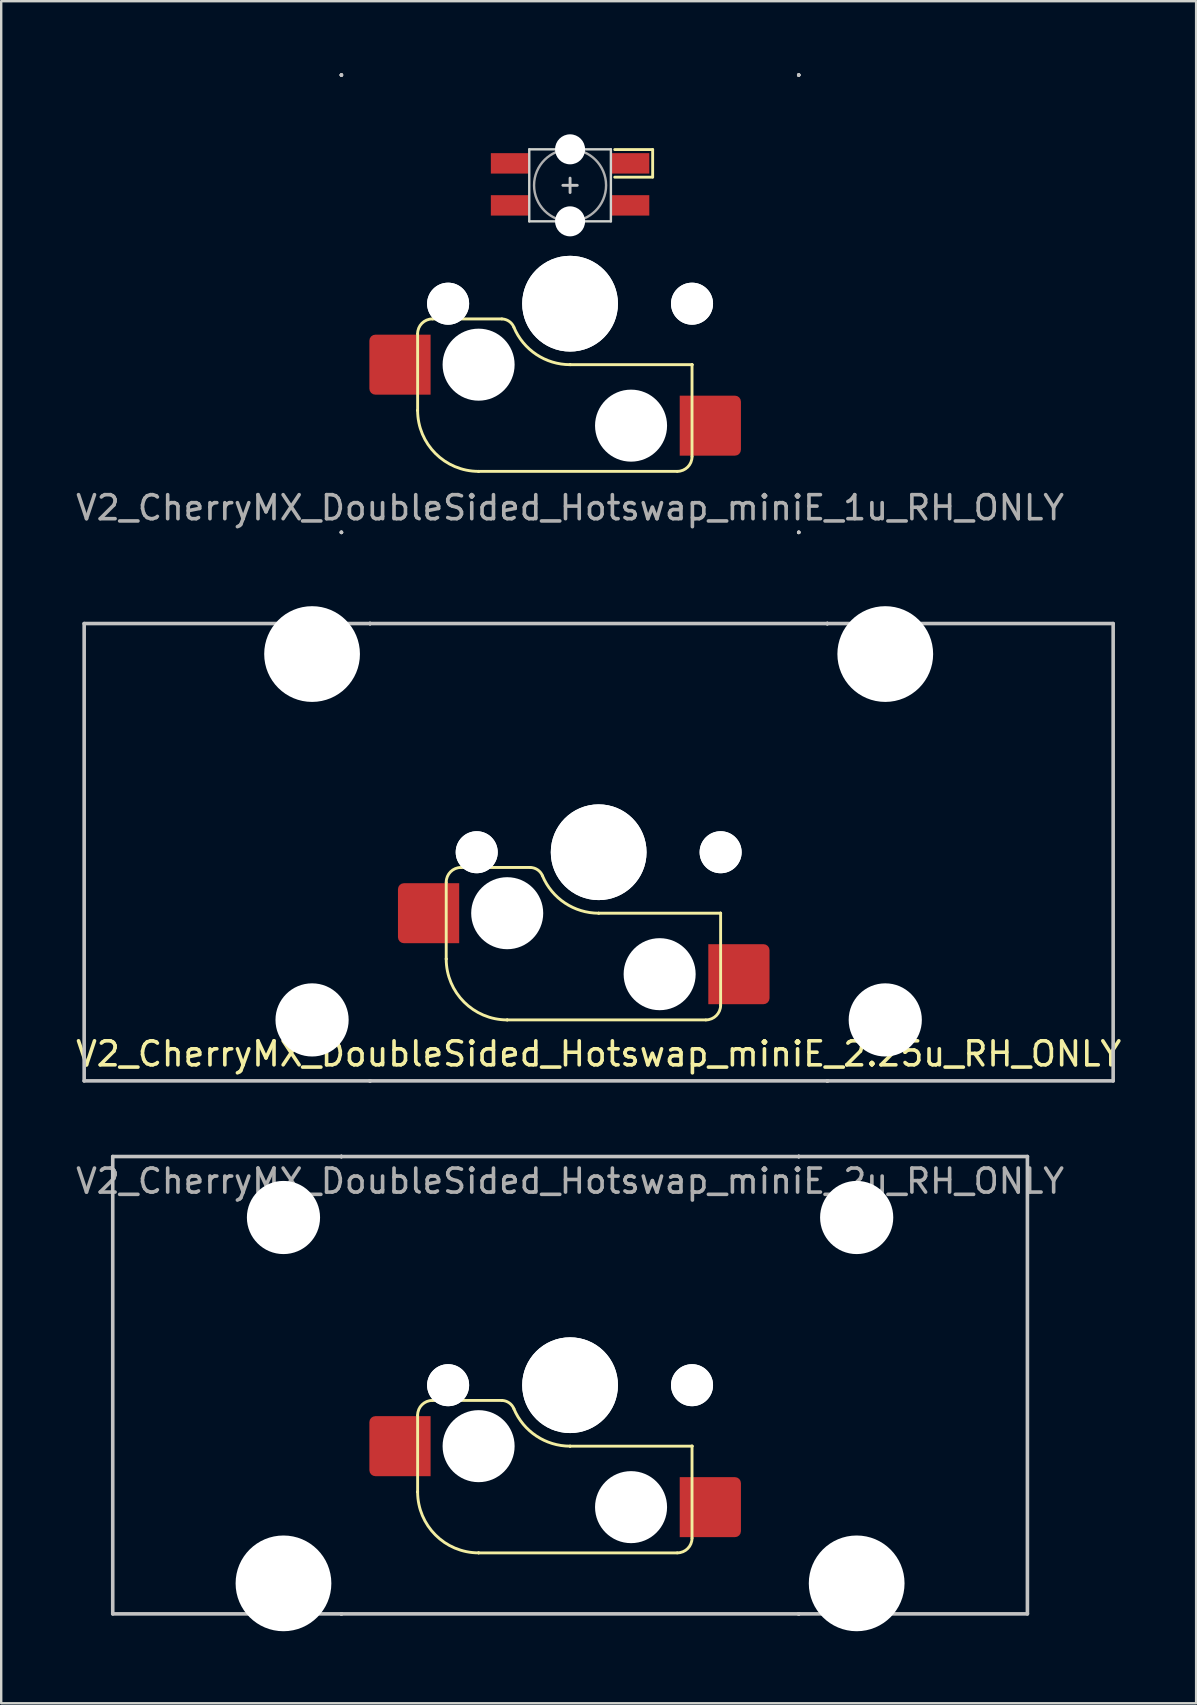
<source format=kicad_pcb>
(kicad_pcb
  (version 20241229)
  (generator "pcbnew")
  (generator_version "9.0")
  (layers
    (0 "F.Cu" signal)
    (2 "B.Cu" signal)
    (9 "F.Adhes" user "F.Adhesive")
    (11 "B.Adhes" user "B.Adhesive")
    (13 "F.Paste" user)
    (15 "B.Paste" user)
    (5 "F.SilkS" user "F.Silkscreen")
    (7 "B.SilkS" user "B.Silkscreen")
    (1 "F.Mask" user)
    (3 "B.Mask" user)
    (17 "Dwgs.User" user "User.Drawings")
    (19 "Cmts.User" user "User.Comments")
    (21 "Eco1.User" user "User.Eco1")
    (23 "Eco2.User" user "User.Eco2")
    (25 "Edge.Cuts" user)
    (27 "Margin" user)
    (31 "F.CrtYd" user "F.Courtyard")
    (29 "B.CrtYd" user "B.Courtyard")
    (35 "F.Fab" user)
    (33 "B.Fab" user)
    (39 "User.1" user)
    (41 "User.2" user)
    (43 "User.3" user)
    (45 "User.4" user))
  (footprint "V2_CherryMX_DoubleSided_Hotswap_miniE_2.25u_RH_ONLY"
    (layer "F.Cu")
    (at 21.887 32.449)
    (property "Reference" "V2_CherryMX_DoubleSided_Hotswap_miniE_2.25u_RH_ONLY" (at 0 8.4 180) (layer "F.SilkS") (effects (font (size 1 1) (thickness 0.15))))
    (attr through_hole)
    (fp_line (start -6.35 4.445) (end -6.35 1.26) (stroke (width 0.12) (type solid)) (layer "F.SilkS"))
    (fp_line (start -6.35 4.445) (end -6.35 4.445) (stroke (width 0.12) (type solid)) (layer "F.SilkS"))
    (fp_line (start -5.73 0.635) (end -2.84 0.635) (stroke (width 0.12) (type solid)) (layer "F.SilkS"))
    (fp_line (start -3.81 6.985) (end -3.81 6.985) (stroke (width 0.12) (type solid)) (layer "F.SilkS"))
    (fp_line (start -3.81 6.985) (end 4.46 6.985) (stroke (width 0.12) (type solid)) (layer "F.SilkS"))
    (fp_line (start 0 2.54) (end 0 2.54) (stroke (width 0.12) (type solid)) (layer "F.SilkS"))
    (fp_line (start 0 2.54) (end 5.08 2.54) (stroke (width 0.12) (type solid)) (layer "F.SilkS"))
    (fp_line (start 5.08 2.54) (end 5.08 2.54) (stroke (width 0.12) (type solid)) (layer "F.SilkS"))
    (fp_line (start 5.08 2.54) (end 5.08 2.54) (stroke (width 0.12) (type solid)) (layer "F.SilkS"))
    (fp_line (start 5.08 6.37) (end 5.08 2.54) (stroke (width 0.12) (type solid)) (layer "F.SilkS"))
    (fp_arc (start -6.35 1.25) (mid -6.169871 0.815129) (end -5.735 0.635) (stroke (width 0.12) (type default)) (layer "F.SilkS"))
    (fp_arc (start -3.81 6.985) (mid -5.606051 6.241051) (end -6.35 4.445) (stroke (width 0.12) (type solid)) (layer "F.SilkS"))
    (fp_arc (start -2.840072 0.635) (mid -2.539136 0.734324) (end -2.34 0.980845) (stroke (width 0.12) (type default)) (layer "F.SilkS"))
    (fp_arc (start 0 2.54) (mid -1.405313 2.115202) (end -2.34 0.983072) (stroke (width 0.12) (type solid)) (layer "F.SilkS"))
    (fp_arc (start 5.080129 6.37) (mid 4.9 6.804871) (end 4.465129 6.985) (stroke (width 0.12) (type default)) (layer "F.SilkS"))
    (fp_line (start -21.431 -9.525) (end 21.431 -9.525) (stroke (width 0.15) (type solid)) (layer "Dwgs.User"))
    (fp_line (start -21.431 9.525) (end -21.431 -9.525) (stroke (width 0.15) (type solid)) (layer "Dwgs.User"))
    (fp_line (start -9.525 -9.525) (end -9.525 -9.525) (stroke (width 0.15) (type solid)) (layer "Dwgs.User"))
    (fp_line (start -9.525 -9.525) (end -9.525 -9.525) (stroke (width 0.15) (type solid)) (layer "Dwgs.User"))
    (fp_line (start -9.525 -9.525) (end -9.525 -9.525) (stroke (width 0.15) (type solid)) (layer "Dwgs.User"))
    (fp_line (start -9.525 -9.525) (end -9.525 -9.525) (stroke (width 0.15) (type solid)) (layer "Dwgs.User"))
    (fp_line (start -9.525 9.525) (end -9.525 9.525) (stroke (width 0.15) (type solid)) (layer "Dwgs.User"))
    (fp_line (start -9.525 9.525) (end -9.525 9.525) (stroke (width 0.15) (type solid)) (layer "Dwgs.User"))
    (fp_line (start -9.525 9.525) (end -9.525 9.525) (stroke (width 0.15) (type solid)) (layer "Dwgs.User"))
    (fp_line (start -9.525 9.525) (end -9.525 9.525) (stroke (width 0.15) (type solid)) (layer "Dwgs.User"))
    (fp_line (start 9.525 -9.525) (end 9.525 -9.525) (stroke (width 0.15) (type solid)) (layer "Dwgs.User"))
    (fp_line (start 9.525 -9.525) (end 9.525 -9.525) (stroke (width 0.15) (type solid)) (layer "Dwgs.User"))
    (fp_line (start 9.525 -9.525) (end 9.525 -9.525) (stroke (width 0.15) (type solid)) (layer "Dwgs.User"))
    (fp_line (start 9.525 -9.525) (end 9.525 -9.525) (stroke (width 0.15) (type solid)) (layer "Dwgs.User"))
    (fp_line (start 9.525 9.525) (end 9.525 9.525) (stroke (width 0.15) (type solid)) (layer "Dwgs.User"))
    (fp_line (start 9.525 9.525) (end 9.525 9.525) (stroke (width 0.15) (type solid)) (layer "Dwgs.User"))
    (fp_line (start 9.525 9.525) (end 9.525 9.525) (stroke (width 0.15) (type solid)) (layer "Dwgs.User"))
    (fp_line (start 9.525 9.525) (end 9.525 9.525) (stroke (width 0.15) (type solid)) (layer "Dwgs.User"))
    (fp_line (start 21.431 -9.525) (end 21.431 9.525) (stroke (width 0.15) (type solid)) (layer "Dwgs.User"))
    (fp_line (start 21.431 9.525) (end -21.431 9.525) (stroke (width 0.15) (type solid)) (layer "Dwgs.User"))
    (fp_line (start -9.525 9.525) (end -9.525 -9.525) (stroke (width 0.15) (type solid)) (layer "User.2"))
    (fp_line (start 9.525 -9.525) (end -9.525 -9.525) (stroke (width 0.15) (type solid)) (layer "User.2"))
    (fp_line (start 9.525 9.525) (end -9.525 9.525) (stroke (width 0.15) (type solid)) (layer "User.2"))
    (fp_line (start 9.525 9.525) (end 9.525 -9.525) (stroke (width 0.15) (type solid)) (layer "User.2"))
    (pad "" np_thru_hole circle (at -11.938 -8.255) (size 3.988 3.988) (drill 3.988) (layers "*.Cu" "*.Mask"))
    (pad "" np_thru_hole circle (at -11.938 6.985) (size 3.048 3.048) (drill 3.048) (layers "*.Cu" "*.Mask"))
    (pad "" np_thru_hole circle (at -5.08 0 180) (size 1.75 1.75) (drill 1.75) (layers "*.Cu" "*.Mask"))
    (pad "" np_thru_hole circle (at -5.08 0 180) (size 1.75 1.75) (drill 1.75) (layers "*.Cu" "*.Mask"))
    (pad "" np_thru_hole circle (at -3.81 2.54 180) (size 3 3) (drill 3) (layers "*.Cu" "*.Mask"))
    (pad "" np_thru_hole circle (at 0 0 180) (size 3.988 3.988) (drill 3.988) (layers "*.Cu" "*.Mask"))
    (pad "" np_thru_hole circle (at 0 0 180) (size 3.988 3.988) (drill 3.988) (layers "*.Cu" "*.Mask"))
    (pad "" np_thru_hole circle (at 2.54 5.08 180) (size 3 3) (drill 3) (layers "*.Cu" "*.Mask"))
    (pad "" np_thru_hole circle (at 5.08 0 180) (size 1.75 1.75) (drill 1.75) (layers "*.Cu" "*.Mask"))
    (pad "" np_thru_hole circle (at 5.08 0 180) (size 1.75 1.75) (drill 1.75) (layers "*.Cu" "*.Mask"))
    (pad "" np_thru_hole circle (at 11.938 -8.255) (size 3.988 3.988) (drill 3.988) (layers "*.Cu" "*.Mask"))
    (pad "" np_thru_hole circle (at 11.938 6.985) (size 3.048 3.048) (drill 3.048) (layers "*.Cu" "*.Mask"))
    (pad "5" smd roundrect (at -7.085 2.54 180) (size 2.55 2.5) (layers "F.Cu" "F.Mask" "F.Paste") (roundrect_rratio 0.1) (chamfer_ratio 0) (chamfer top_left bottom_left))
    (pad "6" smd roundrect (at 5.842 5.08 180) (size 2.55 2.5) (layers "F.Cu" "F.Mask" "F.Paste") (roundrect_rratio 0.1) (chamfer_ratio 0) (chamfer top_right bottom_right)))
  (footprint "V2_CherryMX_DoubleSided_Hotswap_miniE_2u_RH_ONLY"
    (layer "F.Cu")
    (at 20.696 54.649)
    (property "Reference" "V2_CherryMX_DoubleSided_Hotswap_miniE_2u_RH_ONLY" (at 0 -8.5 180) (layer "F.Fab") (effects (font (size 1 1) (thickness 0.15))))
    (attr smd)
    (fp_line (start -6.35 4.445) (end -6.35 1.26) (stroke (width 0.12) (type solid)) (layer "F.SilkS"))
    (fp_line (start -6.35 4.445) (end -6.35 4.445) (stroke (width 0.12) (type solid)) (layer "F.SilkS"))
    (fp_line (start -5.73 0.635) (end -2.84 0.635) (stroke (width 0.12) (type solid)) (layer "F.SilkS"))
    (fp_line (start -3.81 6.985) (end -3.81 6.985) (stroke (width 0.12) (type solid)) (layer "F.SilkS"))
    (fp_line (start -3.81 6.985) (end 4.46 6.985) (stroke (width 0.12) (type solid)) (layer "F.SilkS"))
    (fp_line (start 0 2.54) (end 0 2.54) (stroke (width 0.12) (type solid)) (layer "F.SilkS"))
    (fp_line (start 0 2.54) (end 5.08 2.54) (stroke (width 0.12) (type solid)) (layer "F.SilkS"))
    (fp_line (start 5.08 2.54) (end 5.08 2.54) (stroke (width 0.12) (type solid)) (layer "F.SilkS"))
    (fp_line (start 5.08 2.54) (end 5.08 2.54) (stroke (width 0.12) (type solid)) (layer "F.SilkS"))
    (fp_line (start 5.08 6.37) (end 5.08 2.54) (stroke (width 0.12) (type solid)) (layer "F.SilkS"))
    (fp_arc (start -6.35 1.25) (mid -6.169871 0.815129) (end -5.735 0.635) (stroke (width 0.12) (type default)) (layer "F.SilkS"))
    (fp_arc (start -3.81 6.985) (mid -5.606051 6.241051) (end -6.35 4.445) (stroke (width 0.12) (type solid)) (layer "F.SilkS"))
    (fp_arc (start -2.840072 0.635) (mid -2.539136 0.734324) (end -2.34 0.980845) (stroke (width 0.12) (type default)) (layer "F.SilkS"))
    (fp_arc (start 0 2.54) (mid -1.405313 2.115202) (end -2.34 0.983072) (stroke (width 0.12) (type solid)) (layer "F.SilkS"))
    (fp_arc (start 5.080129 6.37) (mid 4.9 6.80487) (end 4.465129 6.985) (stroke (width 0.12) (type default)) (layer "F.SilkS"))
    (fp_line (start -19.05 -9.525) (end 19.05 -9.525) (stroke (width 0.15) (type solid)) (layer "Dwgs.User"))
    (fp_line (start -19.05 9.525) (end -19.05 -9.525) (stroke (width 0.15) (type solid)) (layer "Dwgs.User"))
    (fp_line (start -9.525 -9.525) (end -9.525 -9.525) (stroke (width 0.15) (type solid)) (layer "Dwgs.User"))
    (fp_line (start -9.525 -9.525) (end -9.525 -9.525) (stroke (width 0.15) (type solid)) (layer "Dwgs.User"))
    (fp_line (start -9.525 -9.525) (end -9.525 -9.525) (stroke (width 0.15) (type solid)) (layer "Dwgs.User"))
    (fp_line (start -9.525 -9.525) (end -9.525 -9.525) (stroke (width 0.15) (type solid)) (layer "Dwgs.User"))
    (fp_line (start -9.525 9.525) (end -9.525 9.525) (stroke (width 0.15) (type solid)) (layer "Dwgs.User"))
    (fp_line (start -9.525 9.525) (end -9.525 9.525) (stroke (width 0.15) (type solid)) (layer "Dwgs.User"))
    (fp_line (start -9.525 9.525) (end -9.525 9.525) (stroke (width 0.15) (type solid)) (layer "Dwgs.User"))
    (fp_line (start -9.525 9.525) (end -9.525 9.525) (stroke (width 0.15) (type solid)) (layer "Dwgs.User"))
    (fp_line (start 9.525 -9.525) (end 9.525 -9.525) (stroke (width 0.15) (type solid)) (layer "Dwgs.User"))
    (fp_line (start 9.525 -9.525) (end 9.525 -9.525) (stroke (width 0.15) (type solid)) (layer "Dwgs.User"))
    (fp_line (start 9.525 -9.525) (end 9.525 -9.525) (stroke (width 0.15) (type solid)) (layer "Dwgs.User"))
    (fp_line (start 9.525 -9.525) (end 9.525 -9.525) (stroke (width 0.15) (type solid)) (layer "Dwgs.User"))
    (fp_line (start 9.525 9.525) (end 9.525 9.525) (stroke (width 0.15) (type solid)) (layer "Dwgs.User"))
    (fp_line (start 9.525 9.525) (end 9.525 9.525) (stroke (width 0.15) (type solid)) (layer "Dwgs.User"))
    (fp_line (start 9.525 9.525) (end 9.525 9.525) (stroke (width 0.15) (type solid)) (layer "Dwgs.User"))
    (fp_line (start 9.525 9.525) (end 9.525 9.525) (stroke (width 0.15) (type solid)) (layer "Dwgs.User"))
    (fp_line (start 19.05 -9.525) (end 19.05 9.525) (stroke (width 0.15) (type solid)) (layer "Dwgs.User"))
    (fp_line (start 19.05 9.525) (end -19.05 9.525) (stroke (width 0.15) (type solid)) (layer "Dwgs.User"))
    (fp_line (start -9.525 9.525) (end -9.525 -9.525) (stroke (width 0.15) (type solid)) (layer "User.2"))
    (fp_line (start 9.525 -9.525) (end -9.525 -9.525) (stroke (width 0.15) (type solid)) (layer "User.2"))
    (fp_line (start 9.525 9.525) (end -9.525 9.525) (stroke (width 0.15) (type solid)) (layer "User.2"))
    (fp_line (start 9.525 9.525) (end 9.525 -9.525) (stroke (width 0.15) (type solid)) (layer "User.2"))
    (pad "" np_thru_hole circle (at -11.938 -6.985 180) (size 3.048 3.048) (drill 3.048) (layers "*.Cu" "*.Mask"))
    (pad "" np_thru_hole circle (at -11.938 8.255 180) (size 3.988 3.988) (drill 3.988) (layers "*.Cu" "*.Mask"))
    (pad "" np_thru_hole circle (at -5.08 0 180) (size 1.75 1.75) (drill 1.75) (layers "*.Cu" "*.Mask"))
    (pad "" np_thru_hole circle (at -5.08 0 180) (size 1.75 1.75) (drill 1.75) (layers "*.Cu" "*.Mask"))
    (pad "" np_thru_hole circle (at -3.81 2.54 180) (size 3 3) (drill 3) (layers "*.Cu" "*.Mask"))
    (pad "" np_thru_hole circle (at 0 0 180) (size 3.988 3.988) (drill 3.988) (layers "*.Cu" "*.Mask"))
    (pad "" np_thru_hole circle (at 0 0 180) (size 3.988 3.988) (drill 3.988) (layers "*.Cu" "*.Mask"))
    (pad "" np_thru_hole circle (at 2.54 5.08 180) (size 3 3) (drill 3) (layers "*.Cu" "*.Mask"))
    (pad "" np_thru_hole circle (at 5.08 0 180) (size 1.75 1.75) (drill 1.75) (layers "*.Cu" "*.Mask"))
    (pad "" np_thru_hole circle (at 5.08 0 180) (size 1.75 1.75) (drill 1.75) (layers "*.Cu" "*.Mask"))
    (pad "" np_thru_hole circle (at 11.938 -6.985 180) (size 3.048 3.048) (drill 3.048) (layers "*.Cu" "*.Mask"))
    (pad "" np_thru_hole circle (at 11.938 8.255 180) (size 3.988 3.988) (drill 3.988) (layers "*.Cu" "*.Mask"))
    (pad "5" smd roundrect (at -7.085 2.54 180) (size 2.55 2.5) (layers "F.Cu" "F.Mask" "F.Paste") (roundrect_rratio 0.1) (chamfer_ratio 0) (chamfer top_left bottom_left))
    (pad "6" smd roundrect (at 5.842 5.08 180) (size 2.55 2.5) (layers "F.Cu" "F.Mask" "F.Paste") (roundrect_rratio 0.1) (chamfer_ratio 0) (chamfer top_right bottom_right)))
  (footprint "V2_CherryMX_DoubleSided_Hotswap_miniE_1u_RH_ONLY"
    (layer "F.Cu")
    (at 20.696 9.6)
    (property "Reference" "V2_CherryMX_DoubleSided_Hotswap_miniE_1u_RH_ONLY" (at 0 8.5 0) (layer "F.Fab") (effects (font (size 1 1) (thickness 0.15))))
    (attr through_hole)
    (fp_poly (pts (xy -3.25 -6.22) (xy -1.75 -6.22) (xy -1.75 -5.47) (xy -3.25 -5.47)) (stroke (width 0.1) (type solid)) (fill yes) (layer "F.Mask"))
    (fp_poly (pts (xy -3.25 -4.47) (xy -1.75 -4.47) (xy -1.75 -3.72) (xy -3.25 -3.72)) (stroke (width 0.1) (type solid)) (fill yes) (layer "F.Mask"))
    (fp_poly (pts (xy 1.75 -4.47) (xy 3.25 -4.47) (xy 3.25 -3.72) (xy 1.75 -3.72)) (stroke (width 0.1) (type solid)) (fill yes) (layer "F.Mask"))
    (fp_poly (pts (xy 1.75 -6.22) (xy 2.85 -6.22) (xy 3.25 -5.82) (xy 3.25 -5.47) (xy 1.75 -5.47)) (stroke (width 0.1) (type solid)) (fill yes) (layer "F.Mask"))
    (fp_line (start -6.35 4.445) (end -6.35 1.26) (stroke (width 0.12) (type solid)) (layer "F.SilkS"))
    (fp_line (start -6.35 4.445) (end -6.35 4.445) (stroke (width 0.12) (type solid)) (layer "F.SilkS"))
    (fp_line (start -5.73 0.635) (end -2.84 0.635) (stroke (width 0.12) (type solid)) (layer "F.SilkS"))
    (fp_line (start -3.81 6.985) (end -3.81 6.985) (stroke (width 0.12) (type solid)) (layer "F.SilkS"))
    (fp_line (start -3.81 6.985) (end 4.46 6.985) (stroke (width 0.12) (type solid)) (layer "F.SilkS"))
    (fp_line (start 0 2.54) (end 0 2.54) (stroke (width 0.12) (type solid)) (layer "F.SilkS"))
    (fp_line (start 0 2.54) (end 5.08 2.54) (stroke (width 0.12) (type solid)) (layer "F.SilkS"))
    (fp_line (start 3.44 -6.42) (end 1.86 -6.42) (stroke (width 0.12) (type solid)) (layer "F.SilkS"))
    (fp_line (start 3.44 -5.278) (end 3.44 -6.42) (stroke (width 0.12) (type solid)) (layer "F.SilkS"))
    (fp_line (start 3.44 -5.27) (end 1.86 -5.27) (stroke (width 0.12) (type solid)) (layer "F.SilkS"))
    (fp_line (start 5.08 2.54) (end 5.08 2.54) (stroke (width 0.12) (type solid)) (layer "F.SilkS"))
    (fp_line (start 5.08 2.54) (end 5.08 2.54) (stroke (width 0.12) (type solid)) (layer "F.SilkS"))
    (fp_line (start 5.08 6.37) (end 5.08 2.54) (stroke (width 0.12) (type solid)) (layer "F.SilkS"))
    (fp_arc (start -6.35 1.25) (mid -6.169871 0.815129) (end -5.735 0.635) (stroke (width 0.12) (type default)) (layer "F.SilkS"))
    (fp_arc (start -3.81 6.985) (mid -5.606051 6.241051) (end -6.35 4.445) (stroke (width 0.12) (type solid)) (layer "F.SilkS"))
    (fp_arc (start -2.840072 0.635) (mid -2.539136 0.734324) (end -2.34 0.980845) (stroke (width 0.12) (type default)) (layer "F.SilkS"))
    (fp_arc (start 0 2.54) (mid -1.405313 2.115202) (end -2.34 0.983072) (stroke (width 0.12) (type solid)) (layer "F.SilkS"))
    (fp_arc (start 5.080129 6.37) (mid 4.9 6.80487) (end 4.465129 6.985) (stroke (width 0.12) (type default)) (layer "F.SilkS"))
    (fp_line (start -9.525 -9.525) (end -9.525 -9.525) (stroke (width 0.15) (type solid)) (layer "Dwgs.User"))
    (fp_line (start -9.525 -9.525) (end -9.525 -9.525) (stroke (width 0.15) (type solid)) (layer "Dwgs.User"))
    (fp_line (start -9.525 -9.525) (end -9.525 -9.525) (stroke (width 0.15) (type solid)) (layer "Dwgs.User"))
    (fp_line (start -9.525 -9.525) (end -9.525 -9.525) (stroke (width 0.15) (type solid)) (layer "Dwgs.User"))
    (fp_line (start -9.525 9.525) (end -9.525 9.525) (stroke (width 0.15) (type solid)) (layer "Dwgs.User"))
    (fp_line (start -9.525 9.525) (end -9.525 9.525) (stroke (width 0.15) (type solid)) (layer "Dwgs.User"))
    (fp_line (start -9.525 9.525) (end -9.525 9.525) (stroke (width 0.15) (type solid)) (layer "Dwgs.User"))
    (fp_line (start -9.525 9.525) (end -9.525 9.525) (stroke (width 0.15) (type solid)) (layer "Dwgs.User"))
    (fp_line (start -0.3 -4.93) (end 0.3 -4.93) (stroke (width 0.12) (type solid)) (layer "Dwgs.User"))
    (fp_line (start 0 -4.63) (end 0 -5.23) (stroke (width 0.12) (type solid)) (layer "Dwgs.User"))
    (fp_line (start 9.525 -9.525) (end 9.525 -9.525) (stroke (width 0.15) (type solid)) (layer "Dwgs.User"))
    (fp_line (start 9.525 -9.525) (end 9.525 -9.525) (stroke (width 0.15) (type solid)) (layer "Dwgs.User"))
    (fp_line (start 9.525 -9.525) (end 9.525 -9.525) (stroke (width 0.15) (type solid)) (layer "Dwgs.User"))
    (fp_line (start 9.525 -9.525) (end 9.525 -9.525) (stroke (width 0.15) (type solid)) (layer "Dwgs.User"))
    (fp_line (start 9.525 9.525) (end 9.525 9.525) (stroke (width 0.15) (type solid)) (layer "Dwgs.User"))
    (fp_line (start 9.525 9.525) (end 9.525 9.525) (stroke (width 0.15) (type solid)) (layer "Dwgs.User"))
    (fp_line (start 9.525 9.525) (end 9.525 9.525) (stroke (width 0.15) (type solid)) (layer "Dwgs.User"))
    (fp_line (start 9.525 9.525) (end 9.525 9.525) (stroke (width 0.15) (type solid)) (layer "Dwgs.User"))
    (fp_line (start -1.7 -6.43) (end -1.7 -3.43) (stroke (width 0.1) (type solid)) (layer "Edge.Cuts"))
    (fp_line (start 1.7 -6.43) (end -1.7 -6.43) (stroke (width 0.1) (type solid)) (layer "Edge.Cuts"))
    (fp_line (start 1.7 -3.43) (end -1.7 -3.43) (stroke (width 0.1) (type solid)) (layer "Edge.Cuts"))
    (fp_line (start 1.7 -3.43) (end 1.7 -6.43) (stroke (width 0.1) (type solid)) (layer "Edge.Cuts"))
    (fp_circle (center 0 -4.93) (end 0 -6.43) (stroke (width 0.1) (type solid)) (fill no) (layer "F.Fab"))
    (fp_line (start -9.525 9.525) (end -9.525 -9.525) (stroke (width 0.15) (type solid)) (layer "User.2"))
    (fp_line (start 9.525 -9.525) (end -9.525 -9.525) (stroke (width 0.15) (type solid)) (layer "User.2"))
    (fp_line (start 9.525 9.525) (end -9.525 9.525) (stroke (width 0.15) (type solid)) (layer "User.2"))
    (fp_line (start 9.525 9.525) (end 9.525 -9.525) (stroke (width 0.15) (type solid)) (layer "User.2"))
    (pad "" np_thru_hole circle (at -5.08 0 180) (size 1.75 1.75) (drill 1.75) (layers "*.Cu" "*.Mask"))
    (pad "" np_thru_hole circle (at -5.08 0 180) (size 1.75 1.75) (drill 1.75) (layers "*.Cu" "*.Mask"))
    (pad "" np_thru_hole circle (at -3.81 2.54 180) (size 3 3) (drill 3) (layers "*.Cu" "*.Mask"))
    (pad "" np_thru_hole circle (at 0 -6.43 180) (size 1.25 1.25) (drill 1.25) (layers "*.Cu" "*.Mask"))
    (pad "" np_thru_hole circle (at 0 -3.43 180) (size 1.25 1.25) (drill 1.25) (layers "*.Cu" "*.Mask"))
    (pad "" np_thru_hole circle (at 0 0 180) (size 3.988 3.988) (drill 3.988) (layers "*.Cu" "*.Mask"))
    (pad "" np_thru_hole circle (at 0 0 180) (size 3.988 3.988) (drill 3.988) (layers "*.Cu" "*.Mask"))
    (pad "" np_thru_hole circle (at 2.54 5.08 180) (size 3 3) (drill 3) (layers "*.Cu" "*.Mask"))
    (pad "" np_thru_hole circle (at 5.08 0 180) (size 1.75 1.75) (drill 1.75) (layers "*.Cu" "*.Mask"))
    (pad "" np_thru_hole circle (at 5.08 0 180) (size 1.75 1.75) (drill 1.75) (layers "*.Cu" "*.Mask"))
    (pad "1" smd rect (at -2.5 -4.095) (size 1.6 0.85) (layers "F.Cu"))
    (pad "2" smd rect (at -2.5 -5.845 180) (size 1.6 0.85) (layers "F.Cu"))
    (pad "3" smd rect (at 2.5 -5.845 180) (size 1.6 0.85) (layers "F.Cu"))
    (pad "4" smd rect (at 2.5 -4.095) (size 1.6 0.85) (layers "F.Cu"))
    (pad "5" smd roundrect (at 5.842 5.08 180) (size 2.55 2.5) (layers "F.Cu" "F.Mask" "F.Paste") (roundrect_rratio 0.1) (chamfer_ratio 0) (chamfer top_right bottom_right))
    (pad "6" smd roundrect (at -7.085 2.54 180) (size 2.55 2.5) (layers "F.Cu" "F.Mask" "F.Paste") (roundrect_rratio 0.1) (chamfer_ratio 0) (chamfer top_left bottom_left)))
  (gr_rect
    (start -3 -3)
    (end 46.774 67.898)
    (stroke (width 0.1) (type default))
    (fill no)
    (layer "Edge.Cuts")))
</source>
